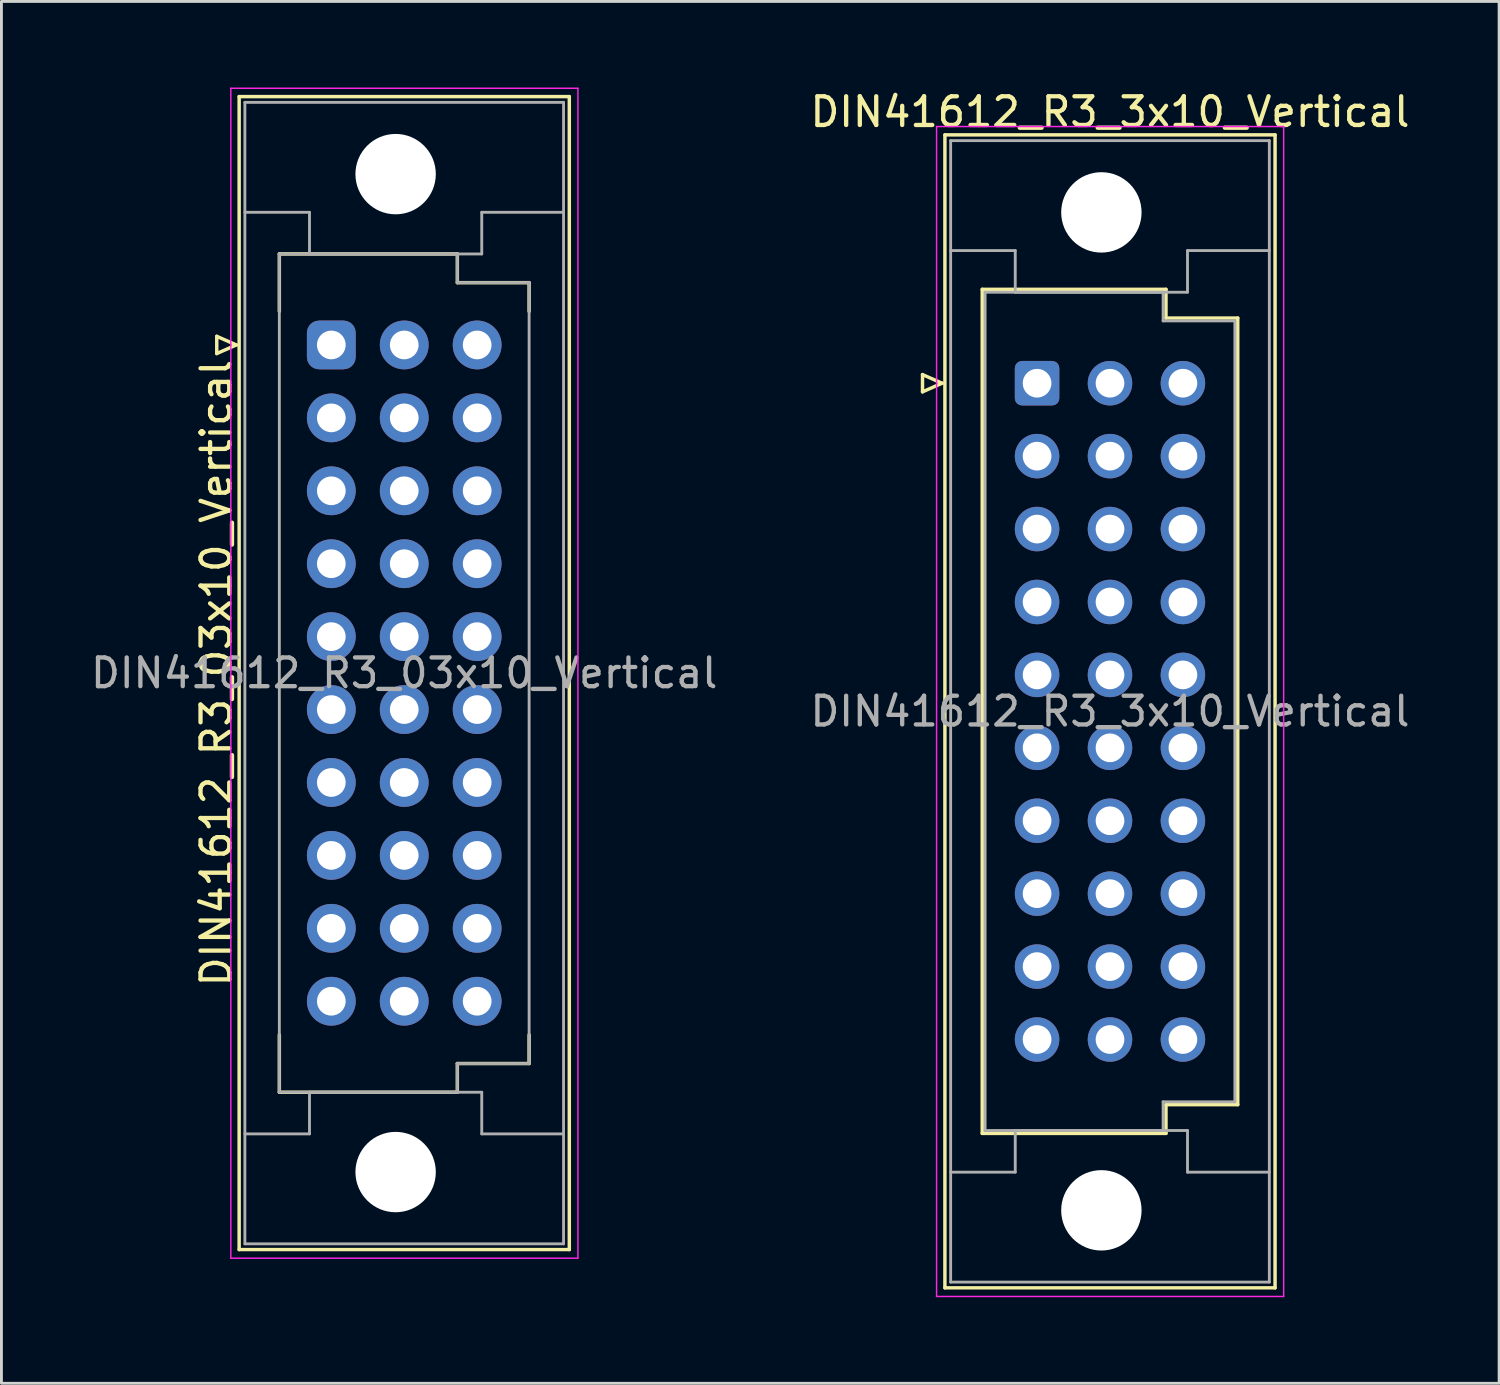
<source format=kicad_pcb>
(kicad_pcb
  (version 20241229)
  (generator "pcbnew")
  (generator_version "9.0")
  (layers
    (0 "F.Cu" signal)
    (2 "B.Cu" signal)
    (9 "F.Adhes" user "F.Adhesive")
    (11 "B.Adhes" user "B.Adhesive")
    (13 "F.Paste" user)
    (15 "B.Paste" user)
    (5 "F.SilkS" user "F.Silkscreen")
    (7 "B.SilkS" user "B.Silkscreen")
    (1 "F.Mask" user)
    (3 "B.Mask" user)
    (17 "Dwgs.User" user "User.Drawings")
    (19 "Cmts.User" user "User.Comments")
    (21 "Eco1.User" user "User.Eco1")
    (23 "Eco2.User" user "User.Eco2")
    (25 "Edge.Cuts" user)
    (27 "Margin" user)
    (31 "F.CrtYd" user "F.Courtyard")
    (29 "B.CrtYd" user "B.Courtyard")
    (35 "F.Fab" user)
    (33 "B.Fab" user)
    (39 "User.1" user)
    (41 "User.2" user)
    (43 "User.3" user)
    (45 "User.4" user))
  (footprint "DIN41612_R3_03x10_Vertical"
    (layer "F.Cu")
    (at 8.49 8.965)
    (property "Reference" "DIN41612_R3_03x10_Vertical" (at -4.01 11.43 90) (layer "F.SilkS") (effects (font (size 1 1) (thickness 0.15))))
    (attr through_hole)
    (fp_line (start -3.99 -0.3) (end -3.99 0.3) (stroke (width 0.12) (type solid)) (layer "F.SilkS"))
    (fp_line (start -3.99 0.3) (end -3.31 0) (stroke (width 0.12) (type solid)) (layer "F.SilkS"))
    (fp_line (start -3.31 0) (end -3.99 -0.3) (stroke (width 0.12) (type solid)) (layer "F.SilkS"))
    (fp_line (start -3.21 -8.65) (end 8.29 -8.65) (stroke (width 0.12) (type solid)) (layer "F.SilkS"))
    (fp_line (start -3.21 31.51) (end -3.21 -8.65) (stroke (width 0.12) (type solid)) (layer "F.SilkS"))
    (fp_line (start -1.81 -3.17) (end 4.39 -3.17) (stroke (width 0.12) (type solid)) (layer "F.SilkS"))
    (fp_line (start -1.81 -1.17) (end -1.81 -3.17) (stroke (width 0.12) (type solid)) (layer "F.SilkS"))
    (fp_line (start -1.81 24.03) (end -1.81 26.03) (stroke (width 0.12) (type solid)) (layer "F.SilkS"))
    (fp_line (start -1.81 26.03) (end 4.39 26.03) (stroke (width 0.12) (type solid)) (layer "F.SilkS"))
    (fp_line (start 4.39 -3.17) (end 4.39 -2.17) (stroke (width 0.12) (type solid)) (layer "F.SilkS"))
    (fp_line (start 4.39 -2.17) (end 6.89 -2.17) (stroke (width 0.12) (type solid)) (layer "F.SilkS"))
    (fp_line (start 4.39 25.03) (end 6.89 25.03) (stroke (width 0.12) (type solid)) (layer "F.SilkS"))
    (fp_line (start 4.39 26.03) (end 4.39 25.03) (stroke (width 0.12) (type solid)) (layer "F.SilkS"))
    (fp_line (start 6.89 -2.17) (end 6.89 -1.17) (stroke (width 0.12) (type solid)) (layer "F.SilkS"))
    (fp_line (start 6.89 25.03) (end 6.89 24.03) (stroke (width 0.12) (type solid)) (layer "F.SilkS"))
    (fp_line (start 8.29 -8.65) (end 8.29 31.51) (stroke (width 0.12) (type solid)) (layer "F.SilkS"))
    (fp_line (start 8.29 31.51) (end -3.21 31.51) (stroke (width 0.12) (type solid)) (layer "F.SilkS"))
    (fp_line (start -3.5 -8.94) (end 8.59 -8.94) (stroke (width 0.05) (type solid)) (layer "F.CrtYd"))
    (fp_line (start -3.5 31.81) (end -3.5 -8.94) (stroke (width 0.05) (type solid)) (layer "F.CrtYd"))
    (fp_line (start 8.59 -8.94) (end 8.59 31.81) (stroke (width 0.05) (type solid)) (layer "F.CrtYd"))
    (fp_line (start 8.59 31.81) (end -3.5 31.81) (stroke (width 0.05) (type solid)) (layer "F.CrtYd"))
    (fp_line (start -3.01 -8.45) (end 8.09 -8.45) (stroke (width 0.1) (type solid)) (layer "F.Fab"))
    (fp_line (start -3.01 -4.62) (end -0.76 -4.62) (stroke (width 0.1) (type solid)) (layer "F.Fab"))
    (fp_line (start -3.01 27.48) (end -0.76 27.48) (stroke (width 0.1) (type solid)) (layer "F.Fab"))
    (fp_line (start -3.01 31.31) (end -3.01 -8.45) (stroke (width 0.1) (type solid)) (layer "F.Fab"))
    (fp_line (start -1.81 -3.17) (end 4.39 -3.17) (stroke (width 0.1) (type solid)) (layer "F.Fab"))
    (fp_line (start -1.81 26.03) (end -1.81 -3.17) (stroke (width 0.1) (type solid)) (layer "F.Fab"))
    (fp_line (start -0.76 -4.62) (end -0.76 -3.17) (stroke (width 0.1) (type solid)) (layer "F.Fab"))
    (fp_line (start -0.76 -3.17) (end 5.24 -3.17) (stroke (width 0.1) (type solid)) (layer "F.Fab"))
    (fp_line (start -0.76 26.03) (end 5.24 26.03) (stroke (width 0.1) (type solid)) (layer "F.Fab"))
    (fp_line (start -0.76 27.48) (end -0.76 26.03) (stroke (width 0.1) (type solid)) (layer "F.Fab"))
    (fp_line (start 4.39 -3.17) (end 4.39 -2.17) (stroke (width 0.1) (type solid)) (layer "F.Fab"))
    (fp_line (start 4.39 -2.17) (end 6.89 -2.17) (stroke (width 0.1) (type solid)) (layer "F.Fab"))
    (fp_line (start 4.39 25.03) (end 4.39 26.03) (stroke (width 0.1) (type solid)) (layer "F.Fab"))
    (fp_line (start 4.39 26.03) (end -1.81 26.03) (stroke (width 0.1) (type solid)) (layer "F.Fab"))
    (fp_line (start 5.24 -4.62) (end 8.09 -4.62) (stroke (width 0.1) (type solid)) (layer "F.Fab"))
    (fp_line (start 5.24 -3.17) (end 5.24 -4.62) (stroke (width 0.1) (type solid)) (layer "F.Fab"))
    (fp_line (start 5.24 26.03) (end 5.24 27.48) (stroke (width 0.1) (type solid)) (layer "F.Fab"))
    (fp_line (start 5.24 27.48) (end 8.09 27.48) (stroke (width 0.1) (type solid)) (layer "F.Fab"))
    (fp_line (start 6.89 -2.17) (end 6.89 25.03) (stroke (width 0.1) (type solid)) (layer "F.Fab"))
    (fp_line (start 6.89 25.03) (end 4.39 25.03) (stroke (width 0.1) (type solid)) (layer "F.Fab"))
    (fp_line (start 8.09 -8.45) (end 8.09 31.31) (stroke (width 0.1) (type solid)) (layer "F.Fab"))
    (fp_line (start 8.09 31.31) (end -3.01 31.31) (stroke (width 0.1) (type solid)) (layer "F.Fab"))
    (fp_text user "${REFERENCE}" (at 2.54 11.43 0) (layer "F.Fab") (effects (font (size 1 1) (thickness 0.15))))
    (pad "" np_thru_hole circle (at 2.24 -5.95) (size 2.8 2.8) (drill 2.8) (layers "*.Cu" "*.Mask"))
    (pad "" np_thru_hole circle (at 2.24 28.81) (size 2.8 2.8) (drill 2.8) (layers "*.Cu" "*.Mask"))
    (pad "a1" thru_hole roundrect (at 0 0) (size 1.7 1.7) (drill 1) (layers "*.Cu" "*.Mask") (roundrect_rratio 0.25))
    (pad "a2" thru_hole circle (at 0 2.54) (size 1.7 1.7) (drill 1) (layers "*.Cu" "*.Mask"))
    (pad "a3" thru_hole circle (at 0 5.08) (size 1.7 1.7) (drill 1) (layers "*.Cu" "*.Mask"))
    (pad "a4" thru_hole circle (at 0 7.62) (size 1.7 1.7) (drill 1) (layers "*.Cu" "*.Mask"))
    (pad "a5" thru_hole circle (at 0 10.16) (size 1.7 1.7) (drill 1) (layers "*.Cu" "*.Mask"))
    (pad "a6" thru_hole circle (at 0 12.7) (size 1.7 1.7) (drill 1) (layers "*.Cu" "*.Mask"))
    (pad "a7" thru_hole circle (at 0 15.24) (size 1.7 1.7) (drill 1) (layers "*.Cu" "*.Mask"))
    (pad "a8" thru_hole circle (at 0 17.78) (size 1.7 1.7) (drill 1) (layers "*.Cu" "*.Mask"))
    (pad "a9" thru_hole circle (at 0 20.32) (size 1.7 1.7) (drill 1) (layers "*.Cu" "*.Mask"))
    (pad "a10" thru_hole circle (at 0 22.86) (size 1.7 1.7) (drill 1) (layers "*.Cu" "*.Mask"))
    (pad "b1" thru_hole circle (at 2.54 0) (size 1.7 1.7) (drill 1) (layers "*.Cu" "*.Mask"))
    (pad "b2" thru_hole circle (at 2.54 2.54) (size 1.7 1.7) (drill 1) (layers "*.Cu" "*.Mask"))
    (pad "b3" thru_hole circle (at 2.54 5.08) (size 1.7 1.7) (drill 1) (layers "*.Cu" "*.Mask"))
    (pad "b4" thru_hole circle (at 2.54 7.62) (size 1.7 1.7) (drill 1) (layers "*.Cu" "*.Mask"))
    (pad "b5" thru_hole circle (at 2.54 10.16) (size 1.7 1.7) (drill 1) (layers "*.Cu" "*.Mask"))
    (pad "b6" thru_hole circle (at 2.54 12.7) (size 1.7 1.7) (drill 1) (layers "*.Cu" "*.Mask"))
    (pad "b7" thru_hole circle (at 2.54 15.24) (size 1.7 1.7) (drill 1) (layers "*.Cu" "*.Mask"))
    (pad "b8" thru_hole circle (at 2.54 17.78) (size 1.7 1.7) (drill 1) (layers "*.Cu" "*.Mask"))
    (pad "b9" thru_hole circle (at 2.54 20.32) (size 1.7 1.7) (drill 1) (layers "*.Cu" "*.Mask"))
    (pad "b10" thru_hole circle (at 2.54 22.86) (size 1.7 1.7) (drill 1) (layers "*.Cu" "*.Mask"))
    (pad "c1" thru_hole circle (at 5.08 0) (size 1.7 1.7) (drill 1) (layers "*.Cu" "*.Mask"))
    (pad "c2" thru_hole circle (at 5.08 2.54) (size 1.7 1.7) (drill 1) (layers "*.Cu" "*.Mask"))
    (pad "c3" thru_hole circle (at 5.08 5.08) (size 1.7 1.7) (drill 1) (layers "*.Cu" "*.Mask"))
    (pad "c4" thru_hole circle (at 5.08 7.62) (size 1.7 1.7) (drill 1) (layers "*.Cu" "*.Mask"))
    (pad "c5" thru_hole circle (at 5.08 10.16) (size 1.7 1.7) (drill 1) (layers "*.Cu" "*.Mask"))
    (pad "c6" thru_hole circle (at 5.08 12.7) (size 1.7 1.7) (drill 1) (layers "*.Cu" "*.Mask"))
    (pad "c7" thru_hole circle (at 5.08 15.24) (size 1.7 1.7) (drill 1) (layers "*.Cu" "*.Mask"))
    (pad "c8" thru_hole circle (at 5.08 17.78) (size 1.7 1.7) (drill 1) (layers "*.Cu" "*.Mask"))
    (pad "c9" thru_hole circle (at 5.08 20.32) (size 1.7 1.7) (drill 1) (layers "*.Cu" "*.Mask"))
    (pad "c10" thru_hole circle (at 5.08 22.86) (size 1.7 1.7) (drill 1) (layers "*.Cu" "*.Mask")))
  (footprint "DIN41612_R3_3x10_Vertical"
    (layer "F.Cu")
    (at 33.073 10.298)
    (property "Reference" "DIN41612_R3_3x10_Vertical" (at 2.54 -9.45 0) (layer "F.SilkS") (effects (font (size 1 1) (thickness 0.15))))
    (attr through_hole)
    (fp_line (start -3.99 -0.3) (end -3.99 0.3) (stroke (width 0.12) (type solid)) (layer "F.SilkS"))
    (fp_line (start -3.99 0.3) (end -3.31 0) (stroke (width 0.12) (type solid)) (layer "F.SilkS"))
    (fp_line (start -3.31 0) (end -3.99 -0.3) (stroke (width 0.12) (type solid)) (layer "F.SilkS"))
    (fp_line (start -3.21 -8.65) (end 8.29 -8.65) (stroke (width 0.12) (type solid)) (layer "F.SilkS"))
    (fp_line (start -3.21 31.51) (end -3.21 -8.65) (stroke (width 0.12) (type solid)) (layer "F.SilkS"))
    (fp_line (start -1.91 -3.27) (end 4.49 -3.27) (stroke (width 0.12) (type solid)) (layer "F.SilkS"))
    (fp_line (start -1.91 26.13) (end -1.91 -3.27) (stroke (width 0.12) (type solid)) (layer "F.SilkS"))
    (fp_line (start 4.49 -3.27) (end 4.49 -2.27) (stroke (width 0.12) (type solid)) (layer "F.SilkS"))
    (fp_line (start 4.49 -2.27) (end 6.99 -2.27) (stroke (width 0.12) (type solid)) (layer "F.SilkS"))
    (fp_line (start 4.49 25.13) (end 4.49 26.13) (stroke (width 0.12) (type solid)) (layer "F.SilkS"))
    (fp_line (start 4.49 26.13) (end -1.91 26.13) (stroke (width 0.12) (type solid)) (layer "F.SilkS"))
    (fp_line (start 6.99 -2.27) (end 6.99 25.13) (stroke (width 0.12) (type solid)) (layer "F.SilkS"))
    (fp_line (start 6.99 25.13) (end 4.49 25.13) (stroke (width 0.12) (type solid)) (layer "F.SilkS"))
    (fp_line (start 8.29 -8.65) (end 8.29 31.51) (stroke (width 0.12) (type solid)) (layer "F.SilkS"))
    (fp_line (start 8.29 31.51) (end -3.21 31.51) (stroke (width 0.12) (type solid)) (layer "F.SilkS"))
    (fp_line (start -3.5 -8.94) (end 8.59 -8.94) (stroke (width 0.05) (type solid)) (layer "F.CrtYd"))
    (fp_line (start -3.5 31.81) (end -3.5 -8.94) (stroke (width 0.05) (type solid)) (layer "F.CrtYd"))
    (fp_line (start 8.59 -8.94) (end 8.59 31.81) (stroke (width 0.05) (type solid)) (layer "F.CrtYd"))
    (fp_line (start 8.59 31.81) (end -3.5 31.81) (stroke (width 0.05) (type solid)) (layer "F.CrtYd"))
    (fp_line (start -3.01 -8.45) (end 8.09 -8.45) (stroke (width 0.1) (type solid)) (layer "F.Fab"))
    (fp_line (start -3.01 -4.62) (end -0.76 -4.62) (stroke (width 0.1) (type solid)) (layer "F.Fab"))
    (fp_line (start -3.01 27.48) (end -0.76 27.48) (stroke (width 0.1) (type solid)) (layer "F.Fab"))
    (fp_line (start -3.01 31.31) (end -3.01 -8.45) (stroke (width 0.1) (type solid)) (layer "F.Fab"))
    (fp_line (start -1.81 -3.17) (end 4.39 -3.17) (stroke (width 0.1) (type solid)) (layer "F.Fab"))
    (fp_line (start -1.81 26.03) (end -1.81 -3.17) (stroke (width 0.1) (type solid)) (layer "F.Fab"))
    (fp_line (start -0.76 -4.62) (end -0.76 -3.17) (stroke (width 0.1) (type solid)) (layer "F.Fab"))
    (fp_line (start -0.76 -3.17) (end 5.24 -3.17) (stroke (width 0.1) (type solid)) (layer "F.Fab"))
    (fp_line (start -0.76 26.03) (end 5.24 26.03) (stroke (width 0.1) (type solid)) (layer "F.Fab"))
    (fp_line (start -0.76 27.48) (end -0.76 26.03) (stroke (width 0.1) (type solid)) (layer "F.Fab"))
    (fp_line (start 4.39 -3.17) (end 4.39 -2.17) (stroke (width 0.1) (type solid)) (layer "F.Fab"))
    (fp_line (start 4.39 -2.17) (end 6.89 -2.17) (stroke (width 0.1) (type solid)) (layer "F.Fab"))
    (fp_line (start 4.39 25.03) (end 4.39 26.03) (stroke (width 0.1) (type solid)) (layer "F.Fab"))
    (fp_line (start 4.39 26.03) (end -1.81 26.03) (stroke (width 0.1) (type solid)) (layer "F.Fab"))
    (fp_line (start 5.24 -4.62) (end 8.09 -4.62) (stroke (width 0.1) (type solid)) (layer "F.Fab"))
    (fp_line (start 5.24 -3.17) (end 5.24 -4.62) (stroke (width 0.1) (type solid)) (layer "F.Fab"))
    (fp_line (start 5.24 26.03) (end 5.24 27.48) (stroke (width 0.1) (type solid)) (layer "F.Fab"))
    (fp_line (start 5.24 27.48) (end 8.09 27.48) (stroke (width 0.1) (type solid)) (layer "F.Fab"))
    (fp_line (start 6.89 -2.17) (end 6.89 25.03) (stroke (width 0.1) (type solid)) (layer "F.Fab"))
    (fp_line (start 6.89 25.03) (end 4.39 25.03) (stroke (width 0.1) (type solid)) (layer "F.Fab"))
    (fp_line (start 8.09 -8.45) (end 8.09 31.31) (stroke (width 0.1) (type solid)) (layer "F.Fab"))
    (fp_line (start 8.09 31.31) (end -3.01 31.31) (stroke (width 0.1) (type solid)) (layer "F.Fab"))
    (fp_text user "${REFERENCE}" (at 2.54 11.43 0) (layer "F.Fab") (effects (font (size 1 1) (thickness 0.15))))
    (pad "" np_thru_hole circle (at 2.24 -5.95) (size 2.8 2.8) (drill 2.8) (layers "*.Cu" "*.Mask"))
    (pad "" np_thru_hole circle (at 2.24 28.81) (size 2.8 2.8) (drill 2.8) (layers "*.Cu" "*.Mask"))
    (pad "a1" thru_hole roundrect (at 0 0) (size 1.55 1.55) (drill 1) (layers "*.Cu" "*.Mask") (roundrect_rratio 0.161))
    (pad "a2" thru_hole circle (at 0 2.54) (size 1.55 1.55) (drill 1) (layers "*.Cu" "*.Mask"))
    (pad "a3" thru_hole circle (at 0 5.08) (size 1.55 1.55) (drill 1) (layers "*.Cu" "*.Mask"))
    (pad "a4" thru_hole circle (at 0 7.62) (size 1.55 1.55) (drill 1) (layers "*.Cu" "*.Mask"))
    (pad "a5" thru_hole circle (at 0 10.16) (size 1.55 1.55) (drill 1) (layers "*.Cu" "*.Mask"))
    (pad "a6" thru_hole circle (at 0 12.7) (size 1.55 1.55) (drill 1) (layers "*.Cu" "*.Mask"))
    (pad "a7" thru_hole circle (at 0 15.24) (size 1.55 1.55) (drill 1) (layers "*.Cu" "*.Mask"))
    (pad "a8" thru_hole circle (at 0 17.78) (size 1.55 1.55) (drill 1) (layers "*.Cu" "*.Mask"))
    (pad "a9" thru_hole circle (at 0 20.32) (size 1.55 1.55) (drill 1) (layers "*.Cu" "*.Mask"))
    (pad "a10" thru_hole circle (at 0 22.86) (size 1.55 1.55) (drill 1) (layers "*.Cu" "*.Mask"))
    (pad "b1" thru_hole circle (at 2.54 0) (size 1.55 1.55) (drill 1) (layers "*.Cu" "*.Mask"))
    (pad "b2" thru_hole circle (at 2.54 2.54) (size 1.55 1.55) (drill 1) (layers "*.Cu" "*.Mask"))
    (pad "b3" thru_hole circle (at 2.54 5.08) (size 1.55 1.55) (drill 1) (layers "*.Cu" "*.Mask"))
    (pad "b4" thru_hole circle (at 2.54 7.62) (size 1.55 1.55) (drill 1) (layers "*.Cu" "*.Mask"))
    (pad "b5" thru_hole circle (at 2.54 10.16) (size 1.55 1.55) (drill 1) (layers "*.Cu" "*.Mask"))
    (pad "b6" thru_hole circle (at 2.54 12.7) (size 1.55 1.55) (drill 1) (layers "*.Cu" "*.Mask"))
    (pad "b7" thru_hole circle (at 2.54 15.24) (size 1.55 1.55) (drill 1) (layers "*.Cu" "*.Mask"))
    (pad "b8" thru_hole circle (at 2.54 17.78) (size 1.55 1.55) (drill 1) (layers "*.Cu" "*.Mask"))
    (pad "b9" thru_hole circle (at 2.54 20.32) (size 1.55 1.55) (drill 1) (layers "*.Cu" "*.Mask"))
    (pad "b10" thru_hole circle (at 2.54 22.86) (size 1.55 1.55) (drill 1) (layers "*.Cu" "*.Mask"))
    (pad "c1" thru_hole circle (at 5.08 0) (size 1.55 1.55) (drill 1) (layers "*.Cu" "*.Mask"))
    (pad "c2" thru_hole circle (at 5.08 2.54) (size 1.55 1.55) (drill 1) (layers "*.Cu" "*.Mask"))
    (pad "c3" thru_hole circle (at 5.08 5.08) (size 1.55 1.55) (drill 1) (layers "*.Cu" "*.Mask"))
    (pad "c4" thru_hole circle (at 5.08 7.62) (size 1.55 1.55) (drill 1) (layers "*.Cu" "*.Mask"))
    (pad "c5" thru_hole circle (at 5.08 10.16) (size 1.55 1.55) (drill 1) (layers "*.Cu" "*.Mask"))
    (pad "c6" thru_hole circle (at 5.08 12.7) (size 1.55 1.55) (drill 1) (layers "*.Cu" "*.Mask"))
    (pad "c7" thru_hole circle (at 5.08 15.24) (size 1.55 1.55) (drill 1) (layers "*.Cu" "*.Mask"))
    (pad "c8" thru_hole circle (at 5.08 17.78) (size 1.55 1.55) (drill 1) (layers "*.Cu" "*.Mask"))
    (pad "c9" thru_hole circle (at 5.08 20.32) (size 1.55 1.55) (drill 1) (layers "*.Cu" "*.Mask"))
    (pad "c10" thru_hole circle (at 5.08 22.86) (size 1.55 1.55) (drill 1) (layers "*.Cu" "*.Mask")))
  (gr_rect
    (start -3 -3)
    (end 49.167 45.133)
    (stroke (width 0.1) (type default))
    (fill no)
    (layer "Edge.Cuts")))
</source>
